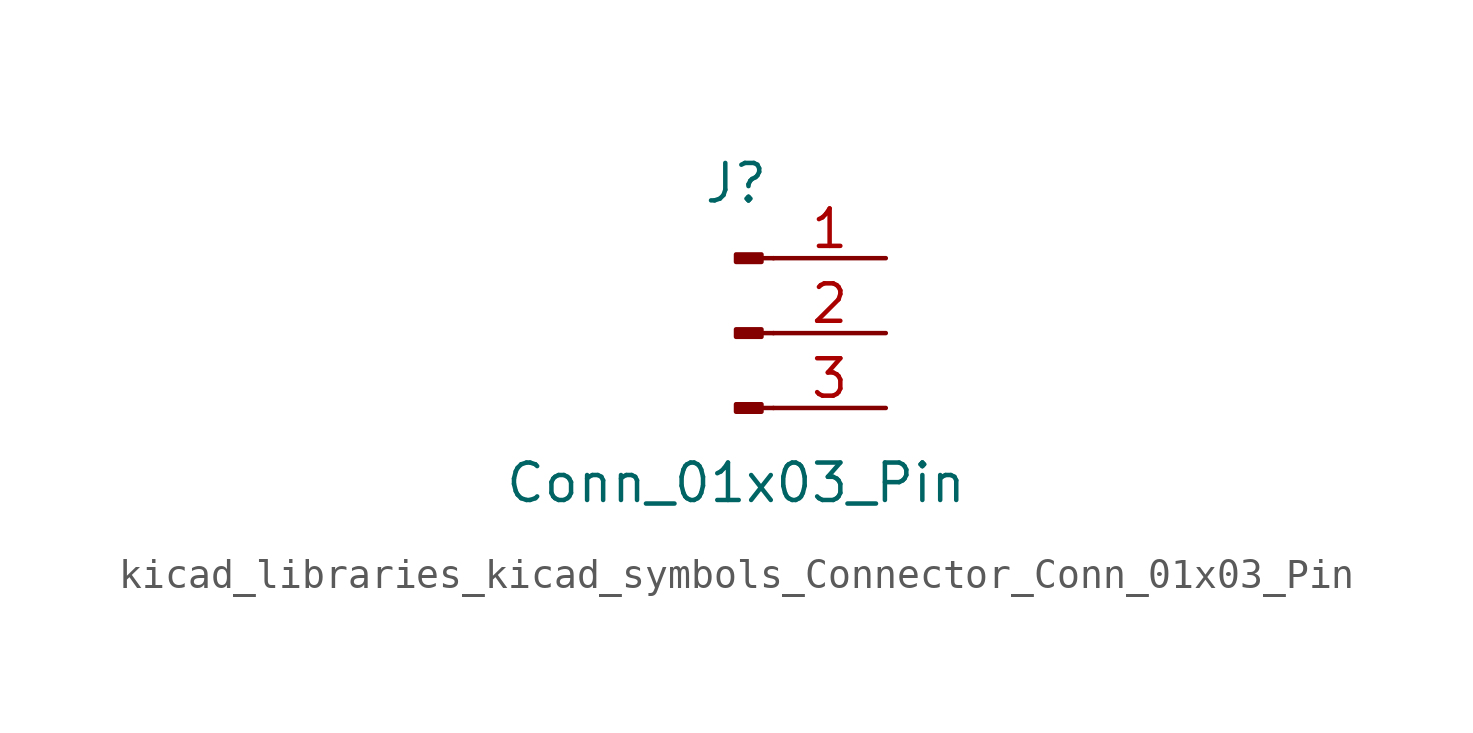
<source format=kicad_sym>
(kicad_symbol_lib
  (version 20220914)
  (generator kicad_symbol_editor)
  (symbol "kicad_libraries_kicad_symbols_Connector_Conn_01x03_Pin"
    (pin_names
      (offset 1.016) hide)
    (property "Reference" "J"
      (at 0 5.08 0)
      (effects (font (size 1.27 1.27))))
    (property "Value" "Conn_01x03_Pin"
      (at 0 -5.08 0)
      (effects (font (size 1.27 1.27))))
    (property "ki_locked" ""
      (at 0 0 0)
      (effects (font (size 1.27 1.27))))
    (symbol "kicad_libraries_kicad_symbols_Connector_Conn_01x03_Pin_1_1"
      (polyline (pts (xy 1.27 -2.54) (xy 0.864 -2.54)) (stroke (width 0.152) (type default)) (fill (type none)))
      (polyline (pts (xy 1.27 0) (xy 0.864 0)) (stroke (width 0.152) (type default)) (fill (type none)))
      (polyline (pts (xy 1.27 2.54) (xy 0.864 2.54)) (stroke (width 0.152) (type default)) (fill (type none)))
      (rectangle (start 0.864 -2.413) (end 0 -2.667) (stroke (width 0.152) (type default)) (fill (type outline)))
      (rectangle (start 0.864 0.127) (end 0 -0.127) (stroke (width 0.152) (type default)) (fill (type outline)))
      (rectangle (start 0.864 2.667) (end 0 2.413) (stroke (width 0.152) (type default)) (fill (type outline)))
      (pin passive line (at 5.08 2.54 180) (length 3.81) (name "Pin_1" (effects (font (size 1.27 1.27)))) (number "1" (effects (font (size 1.27 1.27)))))
      (pin passive line (at 5.08 0 180) (length 3.81) (name "Pin_2" (effects (font (size 1.27 1.27)))) (number "2" (effects (font (size 1.27 1.27)))))
      (pin passive line (at 5.08 -2.54 180) (length 3.81) (name "Pin_3" (effects (font (size 1.27 1.27)))) (number "3" (effects (font (size 1.27 1.27))))))))
</source>
